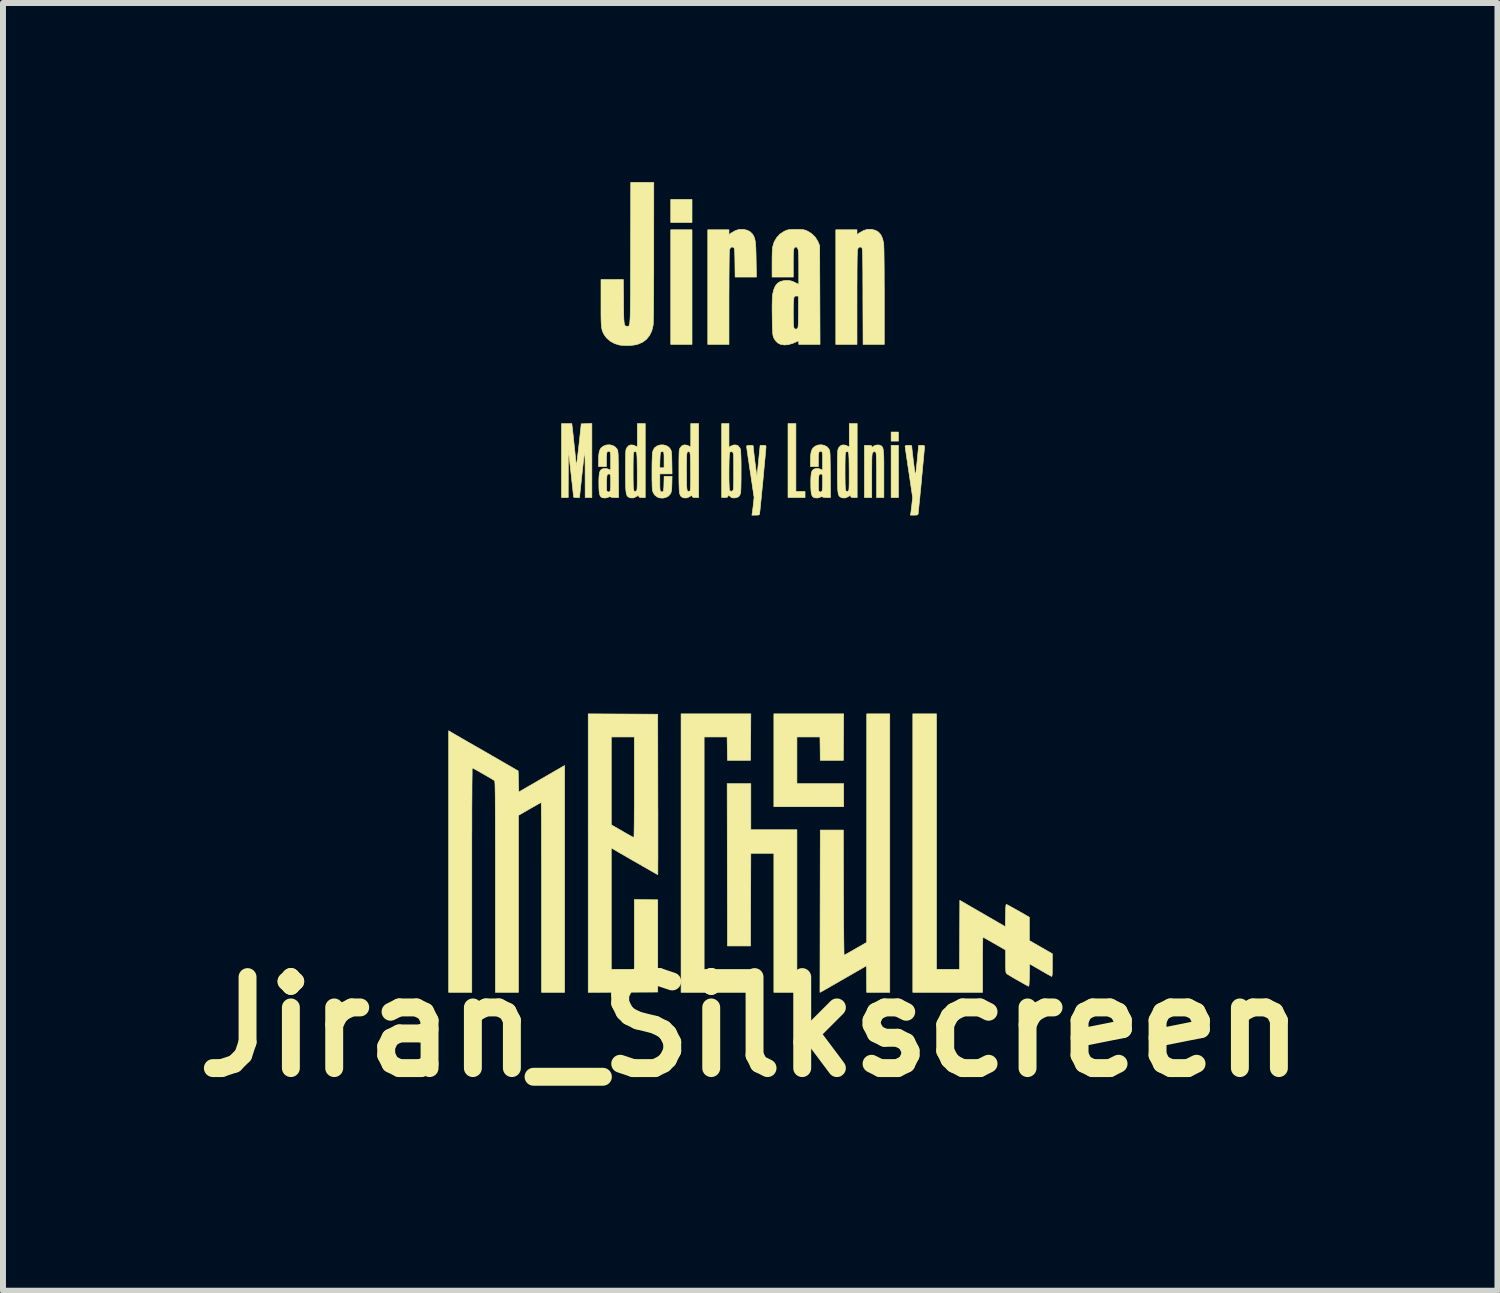
<source format=kicad_pcb>
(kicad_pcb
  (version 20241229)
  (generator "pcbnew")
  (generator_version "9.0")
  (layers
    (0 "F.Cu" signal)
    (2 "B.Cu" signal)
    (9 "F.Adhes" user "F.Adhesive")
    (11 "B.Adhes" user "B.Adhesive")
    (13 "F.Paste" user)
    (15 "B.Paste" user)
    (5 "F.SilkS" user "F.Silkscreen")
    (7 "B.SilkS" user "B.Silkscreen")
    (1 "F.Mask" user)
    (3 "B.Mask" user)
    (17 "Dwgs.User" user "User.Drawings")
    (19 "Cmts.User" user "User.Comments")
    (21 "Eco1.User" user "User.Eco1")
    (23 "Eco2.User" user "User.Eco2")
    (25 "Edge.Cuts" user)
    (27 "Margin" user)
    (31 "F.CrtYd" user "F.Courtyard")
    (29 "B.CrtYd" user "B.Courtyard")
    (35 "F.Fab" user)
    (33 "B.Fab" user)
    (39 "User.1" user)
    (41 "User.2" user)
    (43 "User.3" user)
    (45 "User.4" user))
  (footprint "Jiran_Silkscreen"
    (layer "F.Cu")
    (at 9.514 14.148)
    (property "Reference" "Jiran_Silkscreen" (at 0 0 0) (layer "F.SilkS") (effects (font (size 1.524 1.524) (thickness 0.3))))
    (attr through_hole)
    (fp_poly (pts (xy -0.975 -13.472) (xy -1.331 -13.472) (xy -1.331 -13.858) (xy -0.975 -13.858) (xy -0.975 -13.472)) (stroke (width 0.01) (type solid)) (fill yes) (layer "F.SilkS"))
    (fp_poly (pts (xy -0.975 -11.43) (xy -1.331 -11.43) (xy -1.331 -13.35) (xy -0.975 -13.35) (xy -0.975 -11.43)) (stroke (width 0.01) (type solid)) (fill yes) (layer "F.SilkS"))
    (fp_poly (pts (xy 2.482 -9.811) (xy 2.36 -9.811) (xy 2.36 -9.963) (xy 2.482 -9.963) (xy 2.482 -9.811)) (stroke (width 0.01) (type solid)) (fill yes) (layer "F.SilkS"))
    (fp_poly (pts (xy 2.482 -8.866) (xy 2.36 -8.866) (xy 2.36 -9.74) (xy 2.482 -9.74) (xy 2.482 -8.866)) (stroke (width 0.01) (type solid)) (fill yes) (layer "F.SilkS"))
    (fp_poly (pts (xy 0.765 -8.967) (xy 0.918 -8.967) (xy 0.918 -8.866) (xy 0.633 -8.866) (xy 0.633 -10.105) (xy 0.765 -10.105) (xy 0.765 -8.967)) (stroke (width 0.01) (type solid)) (fill yes) (layer "F.SilkS"))
    (fp_poly (pts (xy 0.01 -3.302) (xy 0.782 -3.302) (xy 0.782 -0.579) (xy 0.396 -0.579) (xy 0.396 -2.906) (xy 0.01 -2.906) (xy 0.005 -1.356) (xy -0.381 -1.356) (xy -0.386 -4.074) (xy 0.01 -4.074) (xy 0.01 -3.302)) (stroke (width 0.01) (type solid)) (fill yes) (layer "F.SilkS"))
    (fp_poly (pts (xy 0.008 -4.854) (xy 0.005 -4.465) (xy -0.381 -4.465) (xy -0.384 -4.661) (xy -0.387 -4.856) (xy -0.772 -4.856) (xy -0.772 -0.965) (xy 0.01 -0.965) (xy 0.01 -0.579) (xy -1.158 -0.579) (xy -1.158 -5.243) (xy 0.01 -5.243) (xy 0.008 -4.854)) (stroke (width 0.01) (type solid)) (fill yes) (layer "F.SilkS"))
    (fp_poly (pts (xy 1.562 -4.854) (xy 1.56 -4.465) (xy 1.173 -4.465) (xy 1.171 -4.661) (xy 1.168 -4.856) (xy 0.782 -4.856) (xy 0.782 -4.074) (xy 1.565 -4.074) (xy 1.565 -3.688) (xy 0.396 -3.688) (xy 0.396 -5.243) (xy 1.565 -5.243) (xy 1.562 -4.854)) (stroke (width 0.01) (type solid)) (fill yes) (layer "F.SilkS"))
    (fp_poly (pts (xy 2.337 -0.579) (xy 1.951 -0.579) (xy 1.946 -1.025) (xy 1.585 -0.816) (xy 1.506 -0.771) (xy 1.432 -0.728) (xy 1.364 -0.689) (xy 1.305 -0.655) (xy 1.256 -0.627) (xy 1.221 -0.607) (xy 1.2 -0.595) (xy 1.196 -0.593) (xy 1.168 -0.579) (xy 1.173 -3.297) (xy 1.56 -3.297) (xy 1.562 -2.247) (xy 1.563 -2.101) (xy 1.563 -1.962) (xy 1.564 -1.83) (xy 1.565 -1.707) (xy 1.566 -1.595) (xy 1.567 -1.494) (xy 1.568 -1.405) (xy 1.569 -1.331) (xy 1.57 -1.272) (xy 1.571 -1.23) (xy 1.573 -1.206) (xy 1.573 -1.201) (xy 1.585 -1.206) (xy 1.61 -1.221) (xy 1.649 -1.243) (xy 1.696 -1.27) (xy 1.75 -1.301) (xy 1.766 -1.31) (xy 1.951 -1.416) (xy 1.951 -5.243) (xy 2.337 -5.243) (xy 2.337 -0.579)) (stroke (width 0.01) (type solid)) (fill yes) (layer "F.SilkS"))
    (fp_poly (pts (xy -0.113 -13.356) (xy -0.051 -13.342) (xy -0.000043 -13.315) (xy 0.037 -13.279) (xy 0.042 -13.272) (xy 0.056 -13.247) (xy 0.068 -13.221) (xy 0.077 -13.191) (xy 0.084 -13.156) (xy 0.089 -13.112) (xy 0.093 -13.056) (xy 0.096 -12.987) (xy 0.098 -12.902) (xy 0.099 -12.845) (xy 0.104 -12.558) (xy -0.253 -12.558) (xy -0.256 -12.796) (xy -0.257 -12.873) (xy -0.259 -12.933) (xy -0.26 -12.977) (xy -0.263 -13.008) (xy -0.266 -13.03) (xy -0.27 -13.043) (xy -0.275 -13.051) (xy -0.276 -13.051) (xy -0.298 -13.063) (xy -0.321 -13.056) (xy -0.34 -13.034) (xy -0.345 -13.023) (xy -0.347 -13.007) (xy -0.349 -12.974) (xy -0.351 -12.923) (xy -0.352 -12.854) (xy -0.353 -12.766) (xy -0.354 -12.659) (xy -0.355 -12.533) (xy -0.355 -12.388) (xy -0.356 -12.222) (xy -0.356 -11.43) (xy -0.711 -11.43) (xy -0.711 -13.35) (xy -0.356 -13.35) (xy -0.356 -13.27) (xy -0.304 -13.305) (xy -0.241 -13.34) (xy -0.179 -13.356) (xy -0.114 -13.356) (xy -0.113 -13.356)) (stroke (width 0.01) (type solid)) (fill yes) (layer "F.SilkS"))
    (fp_poly (pts (xy 2.159 -9.745) (xy 2.177 -9.74) (xy 2.191 -9.733) (xy 2.203 -9.724) (xy 2.213 -9.712) (xy 2.221 -9.694) (xy 2.227 -9.668) (xy 2.231 -9.634) (xy 2.235 -9.588) (xy 2.237 -9.529) (xy 2.238 -9.456) (xy 2.238 -9.365) (xy 2.238 -9.257) (xy 2.238 -9.257) (xy 2.238 -8.866) (xy 2.116 -8.866) (xy 2.116 -9.232) (xy 2.116 -9.339) (xy 2.115 -9.429) (xy 2.114 -9.503) (xy 2.112 -9.56) (xy 2.109 -9.598) (xy 2.106 -9.617) (xy 2.106 -9.618) (xy 2.089 -9.636) (xy 2.068 -9.633) (xy 2.052 -9.619) (xy 2.047 -9.613) (xy 2.044 -9.602) (xy 2.041 -9.586) (xy 2.039 -9.562) (xy 2.037 -9.528) (xy 2.036 -9.482) (xy 2.036 -9.422) (xy 2.035 -9.347) (xy 2.035 -9.253) (xy 2.035 -9.233) (xy 2.035 -8.866) (xy 1.913 -8.866) (xy 1.913 -9.74) (xy 1.974 -9.74) (xy 2.01 -9.738) (xy 2.029 -9.734) (xy 2.035 -9.726) (xy 2.035 -9.724) (xy 2.04 -9.711) (xy 2.054 -9.713) (xy 2.065 -9.724) (xy 2.089 -9.739) (xy 2.123 -9.746) (xy 2.159 -9.745)) (stroke (width 0.01) (type solid)) (fill yes) (layer "F.SilkS"))
    (fp_poly (pts (xy 2.094 -13.342) (xy 2.147 -13.312) (xy 2.187 -13.266) (xy 2.216 -13.204) (xy 2.234 -13.124) (xy 2.235 -13.117) (xy 2.237 -13.093) (xy 2.238 -13.052) (xy 2.24 -12.992) (xy 2.241 -12.918) (xy 2.242 -12.829) (xy 2.243 -12.727) (xy 2.244 -12.614) (xy 2.244 -12.492) (xy 2.245 -12.361) (xy 2.245 -12.235) (xy 2.245 -11.43) (xy 1.89 -11.43) (xy 1.887 -12.232) (xy 1.887 -12.38) (xy 1.886 -12.508) (xy 1.886 -12.619) (xy 1.885 -12.713) (xy 1.884 -12.793) (xy 1.883 -12.859) (xy 1.882 -12.912) (xy 1.881 -12.955) (xy 1.88 -12.987) (xy 1.878 -13.012) (xy 1.876 -13.029) (xy 1.873 -13.04) (xy 1.871 -13.048) (xy 1.868 -13.051) (xy 1.845 -13.063) (xy 1.821 -13.056) (xy 1.802 -13.033) (xy 1.8 -13.03) (xy 1.798 -13.018) (xy 1.795 -12.994) (xy 1.794 -12.956) (xy 1.792 -12.904) (xy 1.791 -12.837) (xy 1.79 -12.754) (xy 1.789 -12.654) (xy 1.789 -12.537) (xy 1.788 -12.401) (xy 1.788 -12.245) (xy 1.788 -12.217) (xy 1.788 -11.43) (xy 1.433 -11.43) (xy 1.433 -13.35) (xy 1.788 -13.35) (xy 1.788 -13.27) (xy 1.84 -13.305) (xy 1.904 -13.34) (xy 1.967 -13.357) (xy 2.03 -13.357) (xy 2.094 -13.342)) (stroke (width 0.01) (type solid)) (fill yes) (layer "F.SilkS"))
    (fp_poly (pts (xy -2.652 -8.866) (xy -2.764 -8.866) (xy -2.765 -9.265) (xy -2.765 -9.36) (xy -2.766 -9.443) (xy -2.767 -9.512) (xy -2.768 -9.566) (xy -2.77 -9.603) (xy -2.772 -9.623) (xy -2.774 -9.623) (xy -2.774 -9.623) (xy -2.777 -9.603) (xy -2.782 -9.566) (xy -2.788 -9.514) (xy -2.796 -9.45) (xy -2.804 -9.376) (xy -2.813 -9.295) (xy -2.821 -9.224) (xy -2.859 -8.866) (xy -2.908 -8.866) (xy -2.936 -8.867) (xy -2.954 -8.871) (xy -2.957 -8.873) (xy -2.958 -8.885) (xy -2.962 -8.914) (xy -2.967 -8.96) (xy -2.973 -9.018) (xy -2.981 -9.088) (xy -2.99 -9.168) (xy -2.999 -9.254) (xy -3.002 -9.277) (xy -3.046 -9.674) (xy -3.047 -9.27) (xy -3.048 -8.866) (xy -3.16 -8.866) (xy -3.16 -10.105) (xy -2.988 -10.105) (xy -2.983 -10.062) (xy -2.98 -10.04) (xy -2.975 -10.001) (xy -2.97 -9.95) (xy -2.963 -9.889) (xy -2.956 -9.821) (xy -2.949 -9.75) (xy -2.941 -9.679) (xy -2.934 -9.611) (xy -2.928 -9.548) (xy -2.922 -9.494) (xy -2.918 -9.453) (xy -2.916 -9.427) (xy -2.915 -9.42) (xy -2.914 -9.406) (xy -2.912 -9.407) (xy -2.908 -9.422) (xy -2.903 -9.454) (xy -2.897 -9.502) (xy -2.889 -9.567) (xy -2.879 -9.651) (xy -2.867 -9.754) (xy -2.866 -9.764) (xy -2.83 -10.1) (xy -2.652 -10.106) (xy -2.652 -8.866)) (stroke (width 0.01) (type solid)) (fill yes) (layer "F.SilkS"))
    (fp_poly (pts (xy -2.131 -5.24) (xy -1.549 -5.237) (xy -1.547 -3.894) (xy -1.547 -3.73) (xy -1.546 -3.573) (xy -1.546 -3.422) (xy -1.546 -3.279) (xy -1.546 -3.145) (xy -1.546 -3.022) (xy -1.546 -2.911) (xy -1.546 -2.812) (xy -1.547 -2.727) (xy -1.547 -2.657) (xy -1.547 -2.604) (xy -1.548 -2.569) (xy -1.548 -2.551) (xy -1.548 -2.55) (xy -1.558 -2.555) (xy -1.582 -2.569) (xy -1.62 -2.59) (xy -1.669 -2.618) (xy -1.726 -2.651) (xy -1.79 -2.687) (xy -1.858 -2.727) (xy -1.929 -2.767) (xy -1.999 -2.807) (xy -2.066 -2.846) (xy -2.129 -2.883) (xy -2.186 -2.915) (xy -2.233 -2.943) (xy -2.269 -2.964) (xy -2.291 -2.977) (xy -2.294 -2.979) (xy -2.327 -2.999) (xy -2.327 -0.965) (xy -1.941 -0.965) (xy -1.941 -2.134) (xy -1.745 -2.131) (xy -1.549 -2.129) (xy -1.549 -0.584) (xy -2.713 -0.579) (xy -2.713 -4.856) (xy -2.327 -4.856) (xy -2.327 -3.385) (xy -2.141 -3.278) (xy -2.086 -3.246) (xy -2.036 -3.218) (xy -1.995 -3.195) (xy -1.965 -3.179) (xy -1.95 -3.171) (xy -1.948 -3.17) (xy -1.947 -3.18) (xy -1.946 -3.209) (xy -1.945 -3.255) (xy -1.944 -3.317) (xy -1.943 -3.393) (xy -1.942 -3.482) (xy -1.942 -3.582) (xy -1.941 -3.693) (xy -1.941 -3.811) (xy -1.941 -3.937) (xy -1.941 -4.013) (xy -1.941 -4.856) (xy -2.327 -4.856) (xy -2.713 -4.856) (xy -2.713 -5.243) (xy -2.131 -5.24)) (stroke (width 0.01) (type solid)) (fill yes) (layer "F.SilkS"))
    (fp_poly (pts (xy 0.245 -9.739) (xy 0.259 -9.734) (xy 0.264 -9.723) (xy 0.264 -9.717) (xy 0.263 -9.701) (xy 0.261 -9.668) (xy 0.256 -9.62) (xy 0.251 -9.558) (xy 0.244 -9.485) (xy 0.236 -9.404) (xy 0.228 -9.316) (xy 0.22 -9.224) (xy 0.211 -9.131) (xy 0.202 -9.038) (xy 0.193 -8.948) (xy 0.185 -8.864) (xy 0.177 -8.787) (xy 0.17 -8.719) (xy 0.165 -8.664) (xy 0.16 -8.623) (xy 0.158 -8.599) (xy 0.157 -8.594) (xy 0.152 -8.581) (xy 0.142 -8.574) (xy 0.12 -8.572) (xy 0.09 -8.571) (xy 0.028 -8.571) (xy 0.033 -8.599) (xy 0.037 -8.62) (xy 0.041 -8.656) (xy 0.047 -8.702) (xy 0.052 -8.747) (xy 0.065 -8.867) (xy 0.002 -9.291) (xy -0.012 -9.381) (xy -0.024 -9.466) (xy -0.036 -9.542) (xy -0.045 -9.608) (xy -0.053 -9.662) (xy -0.058 -9.701) (xy -0.061 -9.723) (xy -0.061 -9.727) (xy -0.052 -9.735) (xy -0.023 -9.739) (xy -0.005 -9.74) (xy 0.025 -9.738) (xy 0.046 -9.735) (xy 0.05 -9.732) (xy 0.051 -9.713) (xy 0.054 -9.679) (xy 0.059 -9.634) (xy 0.065 -9.58) (xy 0.072 -9.522) (xy 0.079 -9.462) (xy 0.087 -9.402) (xy 0.094 -9.348) (xy 0.101 -9.301) (xy 0.106 -9.265) (xy 0.11 -9.243) (xy 0.112 -9.238) (xy 0.115 -9.253) (xy 0.119 -9.286) (xy 0.125 -9.332) (xy 0.131 -9.389) (xy 0.138 -9.455) (xy 0.142 -9.498) (xy 0.166 -9.74) (xy 0.215 -9.74) (xy 0.245 -9.739)) (stroke (width 0.01) (type solid)) (fill yes) (layer "F.SilkS"))
    (fp_poly (pts (xy 2.9 -9.739) (xy 2.914 -9.734) (xy 2.919 -9.723) (xy 2.919 -9.717) (xy 2.918 -9.701) (xy 2.916 -9.668) (xy 2.911 -9.62) (xy 2.906 -9.558) (xy 2.899 -9.485) (xy 2.891 -9.404) (xy 2.883 -9.316) (xy 2.874 -9.224) (xy 2.866 -9.131) (xy 2.857 -9.038) (xy 2.848 -8.948) (xy 2.84 -8.864) (xy 2.832 -8.787) (xy 2.825 -8.719) (xy 2.82 -8.664) (xy 2.815 -8.623) (xy 2.813 -8.599) (xy 2.812 -8.594) (xy 2.807 -8.581) (xy 2.796 -8.574) (xy 2.775 -8.572) (xy 2.745 -8.571) (xy 2.683 -8.571) (xy 2.688 -8.599) (xy 2.692 -8.62) (xy 2.696 -8.656) (xy 2.702 -8.702) (xy 2.707 -8.747) (xy 2.72 -8.867) (xy 2.657 -9.291) (xy 2.643 -9.381) (xy 2.631 -9.466) (xy 2.619 -9.542) (xy 2.61 -9.608) (xy 2.602 -9.662) (xy 2.597 -9.701) (xy 2.594 -9.723) (xy 2.594 -9.727) (xy 2.603 -9.735) (xy 2.632 -9.739) (xy 2.65 -9.74) (xy 2.68 -9.738) (xy 2.701 -9.735) (xy 2.705 -9.732) (xy 2.706 -9.713) (xy 2.709 -9.679) (xy 2.714 -9.634) (xy 2.72 -9.58) (xy 2.727 -9.522) (xy 2.734 -9.462) (xy 2.742 -9.402) (xy 2.749 -9.348) (xy 2.755 -9.301) (xy 2.761 -9.265) (xy 2.765 -9.243) (xy 2.767 -9.238) (xy 2.77 -9.253) (xy 2.774 -9.286) (xy 2.78 -9.332) (xy 2.786 -9.389) (xy 2.793 -9.455) (xy 2.797 -9.498) (xy 2.821 -9.74) (xy 2.87 -9.74) (xy 2.9 -9.739)) (stroke (width 0.01) (type solid)) (fill yes) (layer "F.SilkS"))
    (fp_poly (pts (xy -0.356 -9.707) (xy -0.321 -9.729) (xy -0.277 -9.746) (xy -0.235 -9.746) (xy -0.199 -9.728) (xy -0.172 -9.694) (xy -0.163 -9.671) (xy -0.16 -9.65) (xy -0.158 -9.612) (xy -0.156 -9.559) (xy -0.154 -9.496) (xy -0.153 -9.425) (xy -0.153 -9.349) (xy -0.153 -9.271) (xy -0.153 -9.194) (xy -0.154 -9.122) (xy -0.155 -9.057) (xy -0.157 -9.003) (xy -0.159 -8.962) (xy -0.162 -8.938) (xy -0.163 -8.936) (xy -0.175 -8.906) (xy -0.191 -8.883) (xy -0.192 -8.882) (xy -0.217 -8.869) (xy -0.252 -8.86) (xy -0.287 -8.859) (xy -0.305 -8.862) (xy -0.323 -8.873) (xy -0.343 -8.89) (xy -0.367 -8.911) (xy -0.372 -8.888) (xy -0.379 -8.875) (xy -0.393 -8.868) (xy -0.42 -8.866) (xy -0.428 -8.866) (xy -0.478 -8.866) (xy -0.478 -9.265) (xy -0.356 -9.265) (xy -0.356 -9.196) (xy -0.355 -9.132) (xy -0.353 -9.075) (xy -0.351 -9.03) (xy -0.348 -8.999) (xy -0.345 -8.986) (xy -0.328 -8.971) (xy -0.307 -8.971) (xy -0.289 -8.986) (xy -0.283 -8.998) (xy -0.281 -9.016) (xy -0.28 -9.05) (xy -0.278 -9.099) (xy -0.277 -9.158) (xy -0.277 -9.223) (xy -0.277 -9.293) (xy -0.277 -9.363) (xy -0.277 -9.43) (xy -0.278 -9.491) (xy -0.279 -9.543) (xy -0.281 -9.582) (xy -0.283 -9.604) (xy -0.283 -9.607) (xy -0.297 -9.629) (xy -0.318 -9.636) (xy -0.338 -9.627) (xy -0.342 -9.622) (xy -0.346 -9.607) (xy -0.349 -9.574) (xy -0.352 -9.528) (xy -0.354 -9.471) (xy -0.355 -9.406) (xy -0.356 -9.336) (xy -0.356 -9.265) (xy -0.478 -9.265) (xy -0.478 -10.105) (xy -0.356 -10.105) (xy -0.356 -9.707)) (stroke (width 0.01) (type solid)) (fill yes) (layer "F.SilkS"))
    (fp_poly (pts (xy -1.615 -14.143) (xy -1.616 -12.982) (xy -1.616 -12.793) (xy -1.616 -12.617) (xy -1.617 -12.456) (xy -1.617 -12.309) (xy -1.618 -12.177) (xy -1.619 -12.062) (xy -1.62 -11.964) (xy -1.621 -11.883) (xy -1.623 -11.82) (xy -1.624 -11.776) (xy -1.626 -11.752) (xy -1.626 -11.75) (xy -1.648 -11.66) (xy -1.685 -11.582) (xy -1.736 -11.518) (xy -1.801 -11.468) (xy -1.88 -11.434) (xy -1.91 -11.426) (xy -1.965 -11.417) (xy -2.03 -11.412) (xy -2.099 -11.412) (xy -2.161 -11.416) (xy -2.192 -11.42) (xy -2.272 -11.445) (xy -2.345 -11.485) (xy -2.405 -11.538) (xy -2.436 -11.58) (xy -2.452 -11.604) (xy -2.464 -11.628) (xy -2.474 -11.652) (xy -2.482 -11.679) (xy -2.488 -11.711) (xy -2.493 -11.751) (xy -2.496 -11.801) (xy -2.498 -11.862) (xy -2.499 -11.937) (xy -2.499 -12.028) (xy -2.499 -12.128) (xy -2.499 -12.517) (xy -2.125 -12.517) (xy -2.121 -12.149) (xy -2.121 -12.046) (xy -2.119 -11.962) (xy -2.118 -11.895) (xy -2.116 -11.842) (xy -2.112 -11.803) (xy -2.108 -11.774) (xy -2.102 -11.755) (xy -2.095 -11.743) (xy -2.085 -11.737) (xy -2.073 -11.735) (xy -2.063 -11.735) (xy -2.055 -11.734) (xy -2.047 -11.734) (xy -2.04 -11.735) (xy -2.034 -11.738) (xy -2.029 -11.744) (xy -2.025 -11.754) (xy -2.021 -11.77) (xy -2.017 -11.792) (xy -2.015 -11.822) (xy -2.012 -11.86) (xy -2.01 -11.908) (xy -2.009 -11.966) (xy -2.008 -12.036) (xy -2.007 -12.119) (xy -2.006 -12.216) (xy -2.005 -12.328) (xy -2.005 -12.456) (xy -2.005 -12.6) (xy -2.004 -12.763) (xy -2.004 -12.945) (xy -2.004 -12.956) (xy -2.001 -14.143) (xy -1.808 -14.143) (xy -1.615 -14.143)) (stroke (width 0.01) (type solid)) (fill yes) (layer "F.SilkS"))
    (fp_poly (pts (xy -1.409 -9.736) (xy -1.365 -9.71) (xy -1.335 -9.675) (xy -1.328 -9.661) (xy -1.323 -9.644) (xy -1.319 -9.621) (xy -1.316 -9.588) (xy -1.314 -9.542) (xy -1.313 -9.479) (xy -1.312 -9.453) (xy -1.309 -9.262) (xy -1.514 -9.262) (xy -1.514 -9.121) (xy -1.514 -9.063) (xy -1.512 -9.021) (xy -1.51 -8.994) (xy -1.505 -8.977) (xy -1.499 -8.968) (xy -1.498 -8.967) (xy -1.478 -8.959) (xy -1.465 -8.964) (xy -1.457 -8.972) (xy -1.452 -8.987) (xy -1.449 -9.013) (xy -1.446 -9.052) (xy -1.445 -9.098) (xy -1.442 -9.221) (xy -1.309 -9.221) (xy -1.312 -9.092) (xy -1.314 -9.035) (xy -1.317 -8.994) (xy -1.322 -8.964) (xy -1.329 -8.943) (xy -1.336 -8.928) (xy -1.369 -8.891) (xy -1.414 -8.867) (xy -1.465 -8.856) (xy -1.518 -8.86) (xy -1.554 -8.873) (xy -1.598 -8.906) (xy -1.627 -8.953) (xy -1.636 -8.983) (xy -1.639 -9.007) (xy -1.642 -9.047) (xy -1.643 -9.101) (xy -1.645 -9.165) (xy -1.645 -9.236) (xy -1.645 -9.31) (xy -1.645 -9.364) (xy -1.515 -9.364) (xy -1.443 -9.364) (xy -1.443 -9.496) (xy -1.443 -9.551) (xy -1.444 -9.589) (xy -1.447 -9.614) (xy -1.451 -9.627) (xy -1.458 -9.634) (xy -1.459 -9.635) (xy -1.482 -9.635) (xy -1.492 -9.631) (xy -1.5 -9.623) (xy -1.505 -9.608) (xy -1.508 -9.581) (xy -1.51 -9.541) (xy -1.512 -9.492) (xy -1.515 -9.364) (xy -1.645 -9.364) (xy -1.645 -9.383) (xy -1.644 -9.453) (xy -1.642 -9.516) (xy -1.64 -9.569) (xy -1.638 -9.608) (xy -1.635 -9.628) (xy -1.623 -9.662) (xy -1.607 -9.691) (xy -1.602 -9.698) (xy -1.561 -9.729) (xy -1.511 -9.746) (xy -1.459 -9.748) (xy -1.409 -9.736)) (stroke (width 0.01) (type solid)) (fill yes) (layer "F.SilkS"))
    (fp_poly (pts (xy 3.119 -0.965) (xy 3.505 -0.965) (xy 3.508 -1.542) (xy 3.51 -2.12) (xy 4.272 -1.679) (xy 4.275 -1.866) (xy 4.277 -1.942) (xy 4.279 -1.999) (xy 4.283 -2.035) (xy 4.287 -2.051) (xy 4.289 -2.052) (xy 4.3 -2.047) (xy 4.327 -2.034) (xy 4.365 -2.013) (xy 4.413 -1.986) (xy 4.468 -1.955) (xy 4.487 -1.945) (xy 4.674 -1.837) (xy 4.674 -1.447) (xy 4.867 -1.336) (xy 5.06 -1.225) (xy 5.06 -1.033) (xy 5.059 -0.964) (xy 5.059 -0.913) (xy 5.057 -0.878) (xy 5.054 -0.857) (xy 5.05 -0.847) (xy 5.047 -0.846) (xy 5.034 -0.853) (xy 5.007 -0.868) (xy 4.968 -0.889) (xy 4.92 -0.917) (xy 4.866 -0.948) (xy 4.856 -0.954) (xy 4.679 -1.056) (xy 4.676 -0.868) (xy 4.675 -0.809) (xy 4.672 -0.757) (xy 4.67 -0.717) (xy 4.667 -0.69) (xy 4.664 -0.681) (xy 4.652 -0.686) (xy 4.627 -0.699) (xy 4.59 -0.719) (xy 4.546 -0.744) (xy 4.497 -0.772) (xy 4.447 -0.8) (xy 4.399 -0.828) (xy 4.357 -0.853) (xy 4.323 -0.874) (xy 4.301 -0.888) (xy 4.295 -0.892) (xy 4.289 -0.9) (xy 4.284 -0.911) (xy 4.281 -0.93) (xy 4.279 -0.959) (xy 4.278 -1) (xy 4.277 -1.058) (xy 4.277 -1.098) (xy 4.277 -1.288) (xy 4.09 -1.396) (xy 4.034 -1.428) (xy 3.984 -1.456) (xy 3.944 -1.479) (xy 3.914 -1.495) (xy 3.898 -1.503) (xy 3.897 -1.504) (xy 3.896 -1.494) (xy 3.895 -1.466) (xy 3.894 -1.421) (xy 3.893 -1.363) (xy 3.892 -1.292) (xy 3.892 -1.211) (xy 3.891 -1.121) (xy 3.891 -1.041) (xy 3.891 -0.579) (xy 2.723 -0.579) (xy 2.723 -5.243) (xy 3.119 -5.243) (xy 3.119 -0.965)) (stroke (width 0.01) (type solid)) (fill yes) (layer "F.SilkS"))
    (fp_poly (pts (xy -1.758 -8.866) (xy -1.81 -8.866) (xy -1.841 -8.867) (xy -1.858 -8.873) (xy -1.866 -8.884) (xy -1.866 -8.886) (xy -1.871 -8.897) (xy -1.879 -8.899) (xy -1.895 -8.89) (xy -1.909 -8.881) (xy -1.954 -8.86) (xy -2.001 -8.859) (xy -2.034 -8.871) (xy -2.047 -8.88) (xy -2.058 -8.891) (xy -2.067 -8.906) (xy -2.074 -8.927) (xy -2.079 -8.956) (xy -2.083 -8.996) (xy -2.086 -9.048) (xy -2.087 -9.113) (xy -2.088 -9.195) (xy -2.088 -9.295) (xy -2.088 -9.304) (xy -1.961 -9.304) (xy -1.961 -9.212) (xy -1.96 -9.139) (xy -1.959 -9.081) (xy -1.957 -9.039) (xy -1.954 -9.008) (xy -1.95 -8.988) (xy -1.944 -8.975) (xy -1.937 -8.969) (xy -1.928 -8.968) (xy -1.925 -8.967) (xy -1.908 -8.975) (xy -1.901 -8.981) (xy -1.898 -8.993) (xy -1.895 -9.019) (xy -1.893 -9.061) (xy -1.892 -9.12) (xy -1.892 -9.197) (xy -1.892 -9.293) (xy -1.892 -9.308) (xy -1.893 -9.397) (xy -1.894 -9.467) (xy -1.895 -9.522) (xy -1.897 -9.563) (xy -1.899 -9.591) (xy -1.902 -9.611) (xy -1.905 -9.623) (xy -1.909 -9.629) (xy -1.912 -9.631) (xy -1.932 -9.636) (xy -1.945 -9.629) (xy -1.949 -9.623) (xy -1.953 -9.612) (xy -1.956 -9.594) (xy -1.958 -9.568) (xy -1.959 -9.53) (xy -1.96 -9.479) (xy -1.961 -9.412) (xy -1.961 -9.328) (xy -1.961 -9.304) (xy -2.088 -9.304) (xy -2.088 -9.313) (xy -2.088 -9.407) (xy -2.088 -9.483) (xy -2.087 -9.543) (xy -2.086 -9.589) (xy -2.085 -9.624) (xy -2.083 -9.649) (xy -2.08 -9.667) (xy -2.076 -9.681) (xy -2.071 -9.692) (xy -2.067 -9.699) (xy -2.038 -9.732) (xy -2 -9.747) (xy -1.957 -9.744) (xy -1.929 -9.732) (xy -1.89 -9.711) (xy -1.89 -10.105) (xy -1.758 -10.105) (xy -1.758 -8.866)) (stroke (width 0.01) (type solid)) (fill yes) (layer "F.SilkS"))
    (fp_poly (pts (xy -0.864 -8.866) (xy -0.915 -8.866) (xy -0.947 -8.867) (xy -0.964 -8.873) (xy -0.972 -8.884) (xy -0.972 -8.886) (xy -0.977 -8.897) (xy -0.985 -8.899) (xy -1.001 -8.89) (xy -1.014 -8.881) (xy -1.06 -8.86) (xy -1.106 -8.859) (xy -1.14 -8.871) (xy -1.153 -8.88) (xy -1.164 -8.891) (xy -1.173 -8.906) (xy -1.18 -8.927) (xy -1.185 -8.956) (xy -1.189 -8.996) (xy -1.191 -9.048) (xy -1.193 -9.113) (xy -1.194 -9.195) (xy -1.194 -9.295) (xy -1.194 -9.304) (xy -1.067 -9.304) (xy -1.067 -9.212) (xy -1.066 -9.139) (xy -1.065 -9.081) (xy -1.063 -9.039) (xy -1.06 -9.008) (xy -1.056 -8.988) (xy -1.05 -8.975) (xy -1.043 -8.969) (xy -1.033 -8.968) (xy -1.031 -8.967) (xy -1.014 -8.975) (xy -1.007 -8.981) (xy -1.003 -8.993) (xy -1.001 -9.019) (xy -0.999 -9.061) (xy -0.998 -9.12) (xy -0.998 -9.197) (xy -0.998 -9.293) (xy -0.998 -9.308) (xy -0.999 -9.397) (xy -1 -9.467) (xy -1.001 -9.522) (xy -1.003 -9.563) (xy -1.005 -9.591) (xy -1.008 -9.611) (xy -1.011 -9.623) (xy -1.015 -9.629) (xy -1.018 -9.631) (xy -1.038 -9.636) (xy -1.051 -9.629) (xy -1.055 -9.623) (xy -1.059 -9.612) (xy -1.062 -9.594) (xy -1.064 -9.568) (xy -1.065 -9.53) (xy -1.066 -9.479) (xy -1.067 -9.412) (xy -1.067 -9.328) (xy -1.067 -9.304) (xy -1.194 -9.304) (xy -1.194 -9.313) (xy -1.194 -9.407) (xy -1.194 -9.483) (xy -1.193 -9.543) (xy -1.192 -9.589) (xy -1.191 -9.624) (xy -1.189 -9.649) (xy -1.186 -9.667) (xy -1.182 -9.681) (xy -1.177 -9.692) (xy -1.173 -9.699) (xy -1.144 -9.732) (xy -1.106 -9.747) (xy -1.063 -9.744) (xy -1.035 -9.732) (xy -0.996 -9.711) (xy -0.996 -10.105) (xy -0.864 -10.105) (xy -0.864 -8.866)) (stroke (width 0.01) (type solid)) (fill yes) (layer "F.SilkS"))
    (fp_poly (pts (xy 1.791 -8.866) (xy 1.74 -8.866) (xy 1.708 -8.867) (xy 1.691 -8.873) (xy 1.683 -8.884) (xy 1.683 -8.886) (xy 1.678 -8.897) (xy 1.67 -8.899) (xy 1.654 -8.89) (xy 1.641 -8.881) (xy 1.595 -8.86) (xy 1.549 -8.859) (xy 1.515 -8.871) (xy 1.502 -8.88) (xy 1.491 -8.891) (xy 1.482 -8.906) (xy 1.475 -8.927) (xy 1.47 -8.956) (xy 1.466 -8.996) (xy 1.464 -9.048) (xy 1.462 -9.113) (xy 1.461 -9.195) (xy 1.461 -9.295) (xy 1.461 -9.304) (xy 1.588 -9.304) (xy 1.588 -9.212) (xy 1.589 -9.139) (xy 1.59 -9.081) (xy 1.592 -9.039) (xy 1.595 -9.008) (xy 1.599 -8.988) (xy 1.605 -8.975) (xy 1.612 -8.969) (xy 1.621 -8.968) (xy 1.624 -8.967) (xy 1.641 -8.975) (xy 1.648 -8.981) (xy 1.652 -8.993) (xy 1.654 -9.019) (xy 1.656 -9.061) (xy 1.657 -9.12) (xy 1.657 -9.197) (xy 1.657 -9.293) (xy 1.657 -9.308) (xy 1.656 -9.397) (xy 1.655 -9.467) (xy 1.654 -9.522) (xy 1.652 -9.563) (xy 1.65 -9.591) (xy 1.647 -9.611) (xy 1.644 -9.623) (xy 1.64 -9.629) (xy 1.637 -9.631) (xy 1.617 -9.636) (xy 1.604 -9.629) (xy 1.6 -9.623) (xy 1.596 -9.612) (xy 1.593 -9.594) (xy 1.591 -9.568) (xy 1.59 -9.53) (xy 1.589 -9.479) (xy 1.588 -9.412) (xy 1.588 -9.328) (xy 1.588 -9.304) (xy 1.461 -9.304) (xy 1.461 -9.313) (xy 1.461 -9.407) (xy 1.461 -9.483) (xy 1.462 -9.543) (xy 1.463 -9.589) (xy 1.464 -9.624) (xy 1.466 -9.649) (xy 1.469 -9.667) (xy 1.473 -9.681) (xy 1.478 -9.692) (xy 1.482 -9.699) (xy 1.511 -9.732) (xy 1.549 -9.747) (xy 1.592 -9.744) (xy 1.62 -9.732) (xy 1.659 -9.711) (xy 1.659 -10.105) (xy 1.791 -10.105) (xy 1.791 -8.866)) (stroke (width 0.01) (type solid)) (fill yes) (layer "F.SilkS"))
    (fp_poly (pts (xy -2.305 -9.738) (xy -2.261 -9.713) (xy -2.23 -9.677) (xy -2.225 -9.668) (xy -2.221 -9.656) (xy -2.217 -9.642) (xy -2.215 -9.621) (xy -2.212 -9.593) (xy -2.211 -9.555) (xy -2.21 -9.505) (xy -2.209 -9.441) (xy -2.208 -9.361) (xy -2.207 -9.263) (xy -2.207 -9.254) (xy -2.204 -8.866) (xy -2.27 -8.866) (xy -2.308 -8.868) (xy -2.332 -8.872) (xy -2.339 -8.877) (xy -2.349 -8.882) (xy -2.372 -8.874) (xy -2.375 -8.872) (xy -2.422 -8.858) (xy -2.469 -8.861) (xy -2.486 -8.868) (xy -2.503 -8.881) (xy -2.516 -8.901) (xy -2.525 -8.933) (xy -2.531 -8.977) (xy -2.534 -9.038) (xy -2.534 -9.074) (xy -2.407 -9.074) (xy -2.406 -9.03) (xy -2.405 -8.997) (xy -2.403 -8.98) (xy -2.39 -8.962) (xy -2.37 -8.958) (xy -2.349 -8.969) (xy -2.343 -8.985) (xy -2.339 -9.02) (xy -2.337 -9.074) (xy -2.337 -9.117) (xy -2.337 -9.173) (xy -2.338 -9.212) (xy -2.341 -9.237) (xy -2.345 -9.251) (xy -2.351 -9.258) (xy -2.354 -9.259) (xy -2.376 -9.259) (xy -2.387 -9.255) (xy -2.394 -9.247) (xy -2.399 -9.231) (xy -2.402 -9.203) (xy -2.405 -9.161) (xy -2.406 -9.124) (xy -2.407 -9.074) (xy -2.534 -9.074) (xy -2.535 -9.11) (xy -2.534 -9.182) (xy -2.53 -9.238) (xy -2.524 -9.279) (xy -2.515 -9.308) (xy -2.501 -9.328) (xy -2.482 -9.342) (xy -2.48 -9.343) (xy -2.444 -9.353) (xy -2.401 -9.35) (xy -2.367 -9.338) (xy -2.337 -9.323) (xy -2.337 -9.475) (xy -2.337 -9.534) (xy -2.338 -9.576) (xy -2.34 -9.604) (xy -2.343 -9.621) (xy -2.348 -9.631) (xy -2.355 -9.637) (xy -2.356 -9.638) (xy -2.377 -9.642) (xy -2.392 -9.632) (xy -2.399 -9.621) (xy -2.404 -9.601) (xy -2.407 -9.569) (xy -2.408 -9.522) (xy -2.408 -9.5) (xy -2.408 -9.384) (xy -2.54 -9.384) (xy -2.54 -9.488) (xy -2.538 -9.561) (xy -2.531 -9.617) (xy -2.519 -9.66) (xy -2.502 -9.691) (xy -2.496 -9.698) (xy -2.455 -9.729) (xy -2.407 -9.746) (xy -2.355 -9.749) (xy -2.305 -9.738)) (stroke (width 0.01) (type solid)) (fill yes) (layer "F.SilkS"))
    (fp_poly (pts (xy 1.244 -9.738) (xy 1.288 -9.713) (xy 1.319 -9.677) (xy 1.324 -9.668) (xy 1.328 -9.656) (xy 1.332 -9.642) (xy 1.334 -9.621) (xy 1.337 -9.593) (xy 1.338 -9.555) (xy 1.339 -9.505) (xy 1.34 -9.441) (xy 1.341 -9.361) (xy 1.342 -9.263) (xy 1.342 -9.254) (xy 1.345 -8.866) (xy 1.279 -8.866) (xy 1.241 -8.868) (xy 1.217 -8.872) (xy 1.21 -8.877) (xy 1.2 -8.882) (xy 1.177 -8.874) (xy 1.174 -8.872) (xy 1.127 -8.858) (xy 1.08 -8.861) (xy 1.063 -8.868) (xy 1.046 -8.881) (xy 1.033 -8.901) (xy 1.024 -8.933) (xy 1.018 -8.977) (xy 1.015 -9.038) (xy 1.015 -9.074) (xy 1.142 -9.074) (xy 1.143 -9.03) (xy 1.144 -8.997) (xy 1.146 -8.98) (xy 1.159 -8.962) (xy 1.179 -8.958) (xy 1.2 -8.969) (xy 1.206 -8.985) (xy 1.21 -9.02) (xy 1.212 -9.074) (xy 1.212 -9.117) (xy 1.212 -9.173) (xy 1.211 -9.212) (xy 1.208 -9.237) (xy 1.204 -9.251) (xy 1.198 -9.258) (xy 1.196 -9.259) (xy 1.173 -9.259) (xy 1.163 -9.255) (xy 1.155 -9.247) (xy 1.15 -9.231) (xy 1.147 -9.203) (xy 1.144 -9.161) (xy 1.143 -9.124) (xy 1.142 -9.074) (xy 1.015 -9.074) (xy 1.014 -9.11) (xy 1.015 -9.182) (xy 1.019 -9.238) (xy 1.025 -9.279) (xy 1.034 -9.308) (xy 1.048 -9.328) (xy 1.067 -9.342) (xy 1.069 -9.343) (xy 1.105 -9.353) (xy 1.148 -9.35) (xy 1.182 -9.338) (xy 1.212 -9.323) (xy 1.212 -9.475) (xy 1.212 -9.534) (xy 1.211 -9.576) (xy 1.209 -9.604) (xy 1.206 -9.621) (xy 1.201 -9.631) (xy 1.194 -9.637) (xy 1.193 -9.638) (xy 1.172 -9.642) (xy 1.157 -9.632) (xy 1.15 -9.621) (xy 1.145 -9.601) (xy 1.142 -9.569) (xy 1.141 -9.522) (xy 1.141 -9.5) (xy 1.141 -9.384) (xy 1.009 -9.384) (xy 1.009 -9.488) (xy 1.011 -9.561) (xy 1.018 -9.617) (xy 1.03 -9.66) (xy 1.048 -9.691) (xy 1.053 -9.698) (xy 1.094 -9.729) (xy 1.142 -9.746) (xy 1.194 -9.749) (xy 1.244 -9.738)) (stroke (width 0.01) (type solid)) (fill yes) (layer "F.SilkS"))
    (fp_poly (pts (xy -5.017 -4.94) (xy -4.973 -4.914) (xy -4.931 -4.889) (xy -4.886 -4.864) (xy -4.837 -4.835) (xy -4.779 -4.802) (xy -4.711 -4.762) (xy -4.628 -4.715) (xy -4.613 -4.706) (xy -4.53 -4.659) (xy -4.438 -4.606) (xy -4.341 -4.55) (xy -4.247 -4.496) (xy -4.161 -4.446) (xy -4.125 -4.425) (xy -3.886 -4.287) (xy -3.881 -4.11) (xy -3.876 -3.934) (xy -3.683 -4.046) (xy -3.609 -4.088) (xy -3.526 -4.137) (xy -3.439 -4.187) (xy -3.358 -4.234) (xy -3.299 -4.268) (xy -3.109 -4.378) (xy -3.109 -2.478) (xy -3.109 -0.579) (xy -3.495 -0.579) (xy -3.495 -2.169) (xy -3.495 -2.347) (xy -3.495 -2.52) (xy -3.495 -2.685) (xy -3.496 -2.843) (xy -3.496 -2.993) (xy -3.496 -3.132) (xy -3.497 -3.26) (xy -3.497 -3.376) (xy -3.497 -3.479) (xy -3.498 -3.567) (xy -3.498 -3.64) (xy -3.499 -3.697) (xy -3.5 -3.736) (xy -3.5 -3.756) (xy -3.501 -3.759) (xy -3.511 -3.754) (xy -3.536 -3.741) (xy -3.573 -3.72) (xy -3.62 -3.693) (xy -3.674 -3.663) (xy -3.694 -3.651) (xy -3.881 -3.543) (xy -3.881 -0.579) (xy -4.267 -0.579) (xy -4.267 -2.346) (xy -4.267 -2.573) (xy -4.267 -2.781) (xy -4.267 -2.97) (xy -4.268 -3.141) (xy -4.268 -3.295) (xy -4.268 -3.433) (xy -4.269 -3.556) (xy -4.269 -3.664) (xy -4.27 -3.758) (xy -4.27 -3.84) (xy -4.271 -3.909) (xy -4.272 -3.967) (xy -4.273 -4.014) (xy -4.274 -4.052) (xy -4.275 -4.081) (xy -4.277 -4.101) (xy -4.278 -4.115) (xy -4.28 -4.122) (xy -4.281 -4.124) (xy -4.295 -4.133) (xy -4.322 -4.15) (xy -4.36 -4.173) (xy -4.406 -4.199) (xy -4.455 -4.228) (xy -4.505 -4.256) (xy -4.553 -4.284) (xy -4.595 -4.307) (xy -4.628 -4.325) (xy -4.649 -4.336) (xy -4.655 -4.338) (xy -4.656 -4.328) (xy -4.657 -4.299) (xy -4.657 -4.251) (xy -4.658 -4.186) (xy -4.659 -4.105) (xy -4.66 -4.008) (xy -4.66 -3.897) (xy -4.661 -3.772) (xy -4.662 -3.635) (xy -4.662 -3.487) (xy -4.662 -3.328) (xy -4.663 -3.16) (xy -4.663 -2.983) (xy -4.663 -2.799) (xy -4.663 -2.608) (xy -4.663 -2.459) (xy -4.663 -0.579) (xy -5.05 -0.579) (xy -5.05 -2.769) (xy -5.05 -4.96) (xy -5.017 -4.94)) (stroke (width 0.01) (type solid)) (fill yes) (layer "F.SilkS"))
    (fp_poly (pts (xy 0.822 -13.355) (xy 0.862 -13.354) (xy 0.892 -13.351) (xy 0.917 -13.345) (xy 0.941 -13.336) (xy 0.963 -13.326) (xy 1.031 -13.283) (xy 1.089 -13.226) (xy 1.132 -13.157) (xy 1.14 -13.139) (xy 1.163 -13.081) (xy 1.166 -12.255) (xy 1.169 -11.43) (xy 0.813 -11.43) (xy 0.813 -11.461) (xy 0.811 -11.482) (xy 0.806 -11.489) (xy 0.805 -11.489) (xy 0.718 -11.45) (xy 0.64 -11.427) (xy 0.571 -11.421) (xy 0.508 -11.431) (xy 0.508 -11.431) (xy 0.463 -11.454) (xy 0.424 -11.492) (xy 0.394 -11.54) (xy 0.39 -11.551) (xy 0.385 -11.568) (xy 0.38 -11.589) (xy 0.377 -11.617) (xy 0.374 -11.655) (xy 0.372 -11.704) (xy 0.37 -11.767) (xy 0.369 -11.847) (xy 0.368 -11.894) (xy 0.368 -11.931) (xy 0.721 -11.931) (xy 0.722 -11.868) (xy 0.723 -11.811) (xy 0.725 -11.763) (xy 0.728 -11.728) (xy 0.731 -11.71) (xy 0.747 -11.689) (xy 0.77 -11.685) (xy 0.793 -11.699) (xy 0.794 -11.701) (xy 0.798 -11.71) (xy 0.802 -11.728) (xy 0.804 -11.756) (xy 0.806 -11.797) (xy 0.807 -11.853) (xy 0.808 -11.925) (xy 0.808 -11.978) (xy 0.808 -12.238) (xy 0.777 -12.241) (xy 0.752 -12.239) (xy 0.737 -12.225) (xy 0.733 -12.217) (xy 0.73 -12.199) (xy 0.727 -12.164) (xy 0.724 -12.116) (xy 0.722 -12.058) (xy 0.721 -11.996) (xy 0.721 -11.931) (xy 0.368 -11.931) (xy 0.367 -11.999) (xy 0.367 -12.09) (xy 0.369 -12.166) (xy 0.371 -12.224) (xy 0.375 -12.263) (xy 0.375 -12.265) (xy 0.393 -12.345) (xy 0.42 -12.407) (xy 0.456 -12.453) (xy 0.503 -12.483) (xy 0.563 -12.498) (xy 0.603 -12.501) (xy 0.647 -12.5) (xy 0.682 -12.494) (xy 0.718 -12.482) (xy 0.744 -12.469) (xy 0.813 -12.437) (xy 0.813 -12.716) (xy 0.813 -12.804) (xy 0.812 -12.874) (xy 0.811 -12.929) (xy 0.808 -12.969) (xy 0.806 -12.999) (xy 0.802 -13.019) (xy 0.798 -13.031) (xy 0.782 -13.057) (xy 0.763 -13.064) (xy 0.743 -13.051) (xy 0.737 -13.043) (xy 0.732 -13.033) (xy 0.728 -13.017) (xy 0.725 -12.992) (xy 0.723 -12.957) (xy 0.722 -12.908) (xy 0.721 -12.843) (xy 0.721 -12.789) (xy 0.721 -12.558) (xy 0.366 -12.558) (xy 0.366 -12.785) (xy 0.366 -12.854) (xy 0.367 -12.92) (xy 0.369 -12.978) (xy 0.372 -13.025) (xy 0.374 -13.057) (xy 0.376 -13.064) (xy 0.401 -13.146) (xy 0.443 -13.218) (xy 0.499 -13.279) (xy 0.569 -13.324) (xy 0.577 -13.328) (xy 0.603 -13.339) (xy 0.626 -13.347) (xy 0.652 -13.352) (xy 0.685 -13.354) (xy 0.731 -13.355) (xy 0.767 -13.355) (xy 0.822 -13.355)) (stroke (width 0.01) (type solid)) (fill yes) (layer "F.SilkS")))
  (gr_rect
    (start -3 -3)
    (end 22.028 18.566)
    (stroke (width 0.1) (type default))
    (fill no)
    (layer "Edge.Cuts")))
</source>
